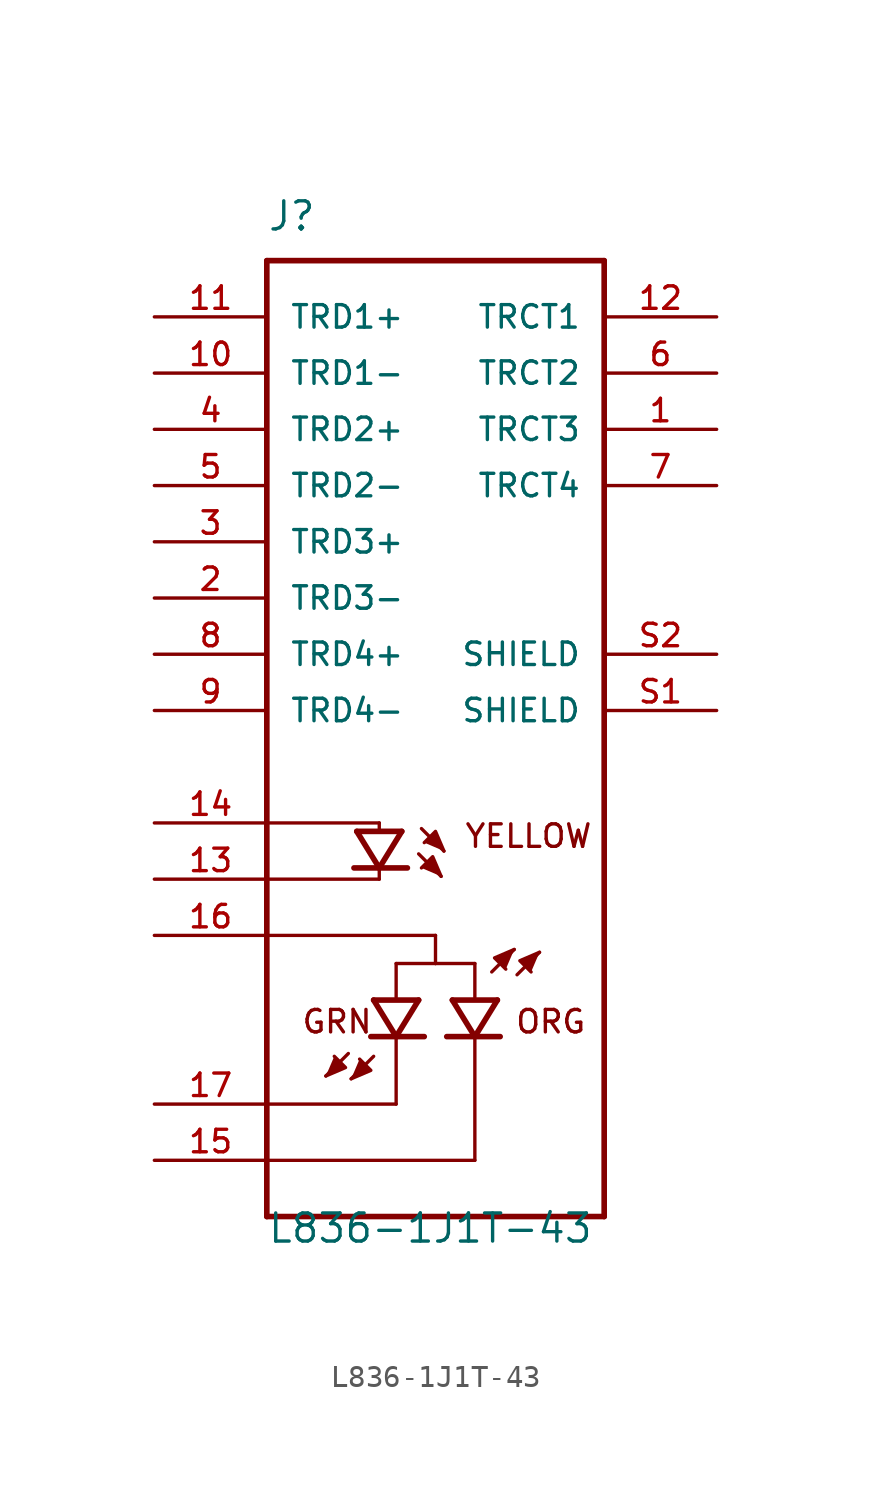
<source format=kicad_sym>
(kicad_symbol_lib
  (version 20201005)
  (generator kicad_symbol_editor)
  (symbol "L836-1J1T-43:L836-1J1T-43"
    (pin_names
      (offset 1.016))
    (property "Reference" "J"
      (at -7.62 24.13 0)
      (effects (font (size 1.27 1.27)) (justify left bottom)))
    (property "Value" "L836-1J1T-43"
      (at -7.62 -21.59 0)
      (effects (font (size 1.27 1.27)) (justify left bottom)))
    (property "ki_locked" ""
      (at 0 0 0)
      (effects (font (size 1.27 1.27))))
    (symbol "L836-1J1T-43_0_0"
      (text "YELLOW" (at 1.27 -2.54 0) (effects (font (size 1.016 1.016)) (justify left top)))
      (text "ORG" (at 3.556 -10.922 0) (effects (font (size 1.016 1.016)) (justify left top)))
      (text "GRN" (at -6.096 -10.922 0) (effects (font (size 1.016 1.016)) (justify left top)))
      (polyline (pts (xy -7.62 -20.32) (xy 7.62 -20.32)) (stroke (width 0.254)) (fill (type none)))
      (polyline (pts (xy 7.62 -20.32) (xy 7.62 22.86)) (stroke (width 0.254)) (fill (type none)))
      (polyline (pts (xy 7.62 22.86) (xy -7.62 22.86)) (stroke (width 0.254)) (fill (type none)))
      (polyline (pts (xy -3.556 -2.921) (xy -2.54 -4.572)) (stroke (width 0.254)) (fill (type none)))
      (polyline (pts (xy -2.54 -4.572) (xy -1.524 -2.921)) (stroke (width 0.254)) (fill (type none)))
      (polyline (pts (xy -3.683 -4.572) (xy -2.54 -4.572)) (stroke (width 0.254)) (fill (type none)))
      (polyline (pts (xy -2.54 -4.572) (xy -1.27 -4.572)) (stroke (width 0.254)) (fill (type none)))
      (polyline (pts (xy -3.556 -2.921) (xy -1.524 -2.921)) (stroke (width 0.254)) (fill (type none)))
      (polyline (pts (xy -0.635 -2.794) (xy 0.381 -3.81)) (stroke (width 0.152)) (fill (type none)))
      (polyline (pts (xy -0.762 -3.937) (xy 0.254 -4.953)) (stroke (width 0.152)) (fill (type none)))
      (polyline (pts (xy -2.54 -2.54) (xy -2.54 -2.794)) (stroke (width 0.152)) (fill (type none)))
      (polyline (pts (xy -2.54 -4.699) (xy -2.54 -5.08)) (stroke (width 0.152)) (fill (type none)))
      (polyline (pts (xy -7.62 -2.54) (xy -2.54 -2.54)) (stroke (width 0.152)) (fill (type none)))
      (polyline (pts (xy -2.54 -5.08) (xy -7.62 -5.08)) (stroke (width 0.152)) (fill (type none)))
      (polyline (pts (xy 0.381 -3.81) (xy 0 -2.921) (xy -0.508 -3.429)) (stroke (width 0.152)) (fill (type outline)))
      (polyline (pts (xy 0.254 -4.953) (xy -0.127 -4.064) (xy -0.635 -4.572)) (stroke (width 0.152)) (fill (type outline)))
      (polyline (pts (xy -2.794 -10.541) (xy -1.778 -12.192)) (stroke (width 0.254)) (fill (type none)))
      (polyline (pts (xy -1.778 -12.192) (xy -0.762 -10.541)) (stroke (width 0.254)) (fill (type none)))
      (polyline (pts (xy -2.921 -12.192) (xy -1.778 -12.192)) (stroke (width 0.254)) (fill (type none)))
      (polyline (pts (xy -1.778 -12.192) (xy -0.508 -12.192)) (stroke (width 0.254)) (fill (type none)))
      (polyline (pts (xy -2.794 -10.541) (xy -0.762 -10.541)) (stroke (width 0.254)) (fill (type none)))
      (polyline (pts (xy -1.778 -8.89) (xy -1.778 -10.414)) (stroke (width 0.152)) (fill (type none)))
      (polyline (pts (xy -1.778 -12.319) (xy -1.778 -15.24)) (stroke (width 0.152)) (fill (type none)))
      (polyline (pts (xy -2.794 -13.081) (xy -3.81 -14.097)) (stroke (width 0.152)) (fill (type none)))
      (polyline (pts (xy -3.937 -12.954) (xy -4.953 -13.97)) (stroke (width 0.152)) (fill (type none)))
      (polyline (pts (xy -3.81 -14.097) (xy -2.921 -13.716) (xy -3.429 -13.208)) (stroke (width 0.152)) (fill (type outline)))
      (polyline (pts (xy -4.953 -13.97) (xy -4.064 -13.589) (xy -4.572 -13.081)) (stroke (width 0.152)) (fill (type outline)))
      (polyline (pts (xy 2.794 -10.541) (xy 1.778 -12.192)) (stroke (width 0.254)) (fill (type none)))
      (polyline (pts (xy 1.778 -12.192) (xy 0.762 -10.541)) (stroke (width 0.254)) (fill (type none)))
      (polyline (pts (xy 2.921 -12.192) (xy 1.778 -12.192)) (stroke (width 0.254)) (fill (type none)))
      (polyline (pts (xy 1.778 -12.192) (xy 0.508 -12.192)) (stroke (width 0.254)) (fill (type none)))
      (polyline (pts (xy 2.794 -10.541) (xy 0.762 -10.541)) (stroke (width 0.254)) (fill (type none)))
      (polyline (pts (xy 1.778 -8.89) (xy 1.778 -10.414)) (stroke (width 0.152)) (fill (type none)))
      (polyline (pts (xy -1.778 -8.89) (xy 0 -8.89)) (stroke (width 0.152)) (fill (type none)))
      (polyline (pts (xy 0 -8.89) (xy 0 -7.62)) (stroke (width 0.152)) (fill (type none)))
      (polyline (pts (xy 0 -7.62) (xy -7.62 -7.62)) (stroke (width 0.152)) (fill (type none)))
      (polyline (pts (xy -1.778 -15.24) (xy -7.62 -15.24)) (stroke (width 0.152)) (fill (type none)))
      (polyline (pts (xy 0 -8.89) (xy 1.778 -8.89)) (stroke (width 0.152)) (fill (type none)))
      (polyline (pts (xy 1.778 -12.319) (xy 1.778 -17.78)) (stroke (width 0.152)) (fill (type none)))
      (polyline (pts (xy 1.778 -17.78) (xy -7.62 -17.78)) (stroke (width 0.152)) (fill (type none)))
      (polyline (pts (xy 2.54 -9.271) (xy 3.556 -8.255)) (stroke (width 0.152)) (fill (type none)))
      (polyline (pts (xy 3.683 -9.398) (xy 4.699 -8.382)) (stroke (width 0.152)) (fill (type none)))
      (polyline (pts (xy 3.556 -8.255) (xy 2.667 -8.636) (xy 3.175 -9.144)) (stroke (width 0.152)) (fill (type outline)))
      (polyline (pts (xy 4.699 -8.382) (xy 3.81 -8.763) (xy 4.318 -9.271)) (stroke (width 0.152)) (fill (type outline)))
      (polyline (pts (xy -7.62 -20.32) (xy -7.62 22.86)) (stroke (width 0.254)) (fill (type none)))
      (pin passive line (at -12.7 -5.08 0) (length 5.08) (name "~" (effects (font (size 1.016 1.016)))) (number "13" (effects (font (size 1.016 1.016)))))
      (pin passive line (at -12.7 -2.54 0) (length 5.08) (name "~" (effects (font (size 1.016 1.016)))) (number "14" (effects (font (size 1.016 1.016)))))
      (pin passive line (at 12.7 2.54 180) (length 5.08) (name "SHIELD" (effects (font (size 1.016 1.016)))) (number "S1" (effects (font (size 1.016 1.016)))))
      (pin passive line (at 12.7 5.08 180) (length 5.08) (name "SHIELD" (effects (font (size 1.016 1.016)))) (number "S2" (effects (font (size 1.016 1.016)))))
      (pin passive line (at -12.7 -15.24 0) (length 5.08) (name "~" (effects (font (size 1.016 1.016)))) (number "17" (effects (font (size 1.016 1.016)))))
      (pin passive line (at -12.7 -7.62 0) (length 5.08) (name "~" (effects (font (size 1.016 1.016)))) (number "16" (effects (font (size 1.016 1.016)))))
      (pin passive line (at -12.7 -17.78 0) (length 5.08) (name "~" (effects (font (size 1.016 1.016)))) (number "15" (effects (font (size 1.016 1.016)))))
      (pin passive line (at -12.7 17.78 0) (length 5.08) (name "TRD1-" (effects (font (size 1.016 1.016)))) (number "10" (effects (font (size 1.016 1.016)))))
      (pin passive line (at -12.7 20.32 0) (length 5.08) (name "TRD1+" (effects (font (size 1.016 1.016)))) (number "11" (effects (font (size 1.016 1.016)))))
      (pin passive line (at -12.7 12.7 0) (length 5.08) (name "TRD2-" (effects (font (size 1.016 1.016)))) (number "5" (effects (font (size 1.016 1.016)))))
      (pin passive line (at -12.7 15.24 0) (length 5.08) (name "TRD2+" (effects (font (size 1.016 1.016)))) (number "4" (effects (font (size 1.016 1.016)))))
      (pin passive line (at -12.7 7.62 0) (length 5.08) (name "TRD3-" (effects (font (size 1.016 1.016)))) (number "2" (effects (font (size 1.016 1.016)))))
      (pin passive line (at -12.7 10.16 0) (length 5.08) (name "TRD3+" (effects (font (size 1.016 1.016)))) (number "3" (effects (font (size 1.016 1.016)))))
      (pin passive line (at -12.7 2.54 0) (length 5.08) (name "TRD4-" (effects (font (size 1.016 1.016)))) (number "9" (effects (font (size 1.016 1.016)))))
      (pin passive line (at -12.7 5.08 0) (length 5.08) (name "TRD4+" (effects (font (size 1.016 1.016)))) (number "8" (effects (font (size 1.016 1.016)))))
      (pin passive line (at 12.7 20.32 180) (length 5.08) (name "TRCT1" (effects (font (size 1.016 1.016)))) (number "12" (effects (font (size 1.016 1.016)))))
      (pin passive line (at 12.7 17.78 180) (length 5.08) (name "TRCT2" (effects (font (size 1.016 1.016)))) (number "6" (effects (font (size 1.016 1.016)))))
      (pin passive line (at 12.7 15.24 180) (length 5.08) (name "TRCT3" (effects (font (size 1.016 1.016)))) (number "1" (effects (font (size 1.016 1.016)))))
      (pin passive line (at 12.7 12.7 180) (length 5.08) (name "TRCT4" (effects (font (size 1.016 1.016)))) (number "7" (effects (font (size 1.016 1.016))))))))
</source>
